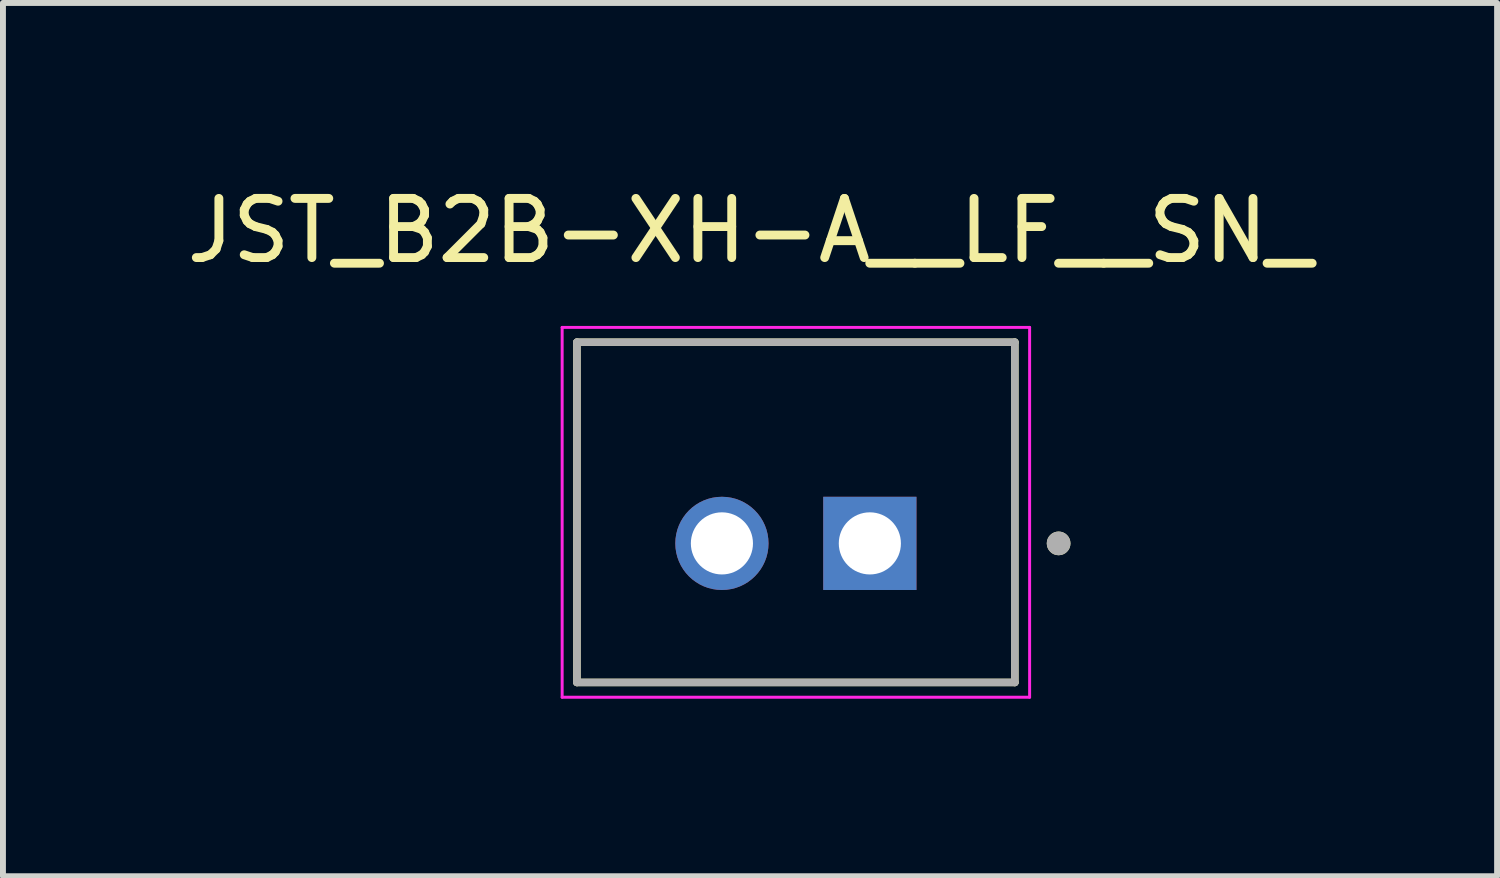
<source format=kicad_pcb>
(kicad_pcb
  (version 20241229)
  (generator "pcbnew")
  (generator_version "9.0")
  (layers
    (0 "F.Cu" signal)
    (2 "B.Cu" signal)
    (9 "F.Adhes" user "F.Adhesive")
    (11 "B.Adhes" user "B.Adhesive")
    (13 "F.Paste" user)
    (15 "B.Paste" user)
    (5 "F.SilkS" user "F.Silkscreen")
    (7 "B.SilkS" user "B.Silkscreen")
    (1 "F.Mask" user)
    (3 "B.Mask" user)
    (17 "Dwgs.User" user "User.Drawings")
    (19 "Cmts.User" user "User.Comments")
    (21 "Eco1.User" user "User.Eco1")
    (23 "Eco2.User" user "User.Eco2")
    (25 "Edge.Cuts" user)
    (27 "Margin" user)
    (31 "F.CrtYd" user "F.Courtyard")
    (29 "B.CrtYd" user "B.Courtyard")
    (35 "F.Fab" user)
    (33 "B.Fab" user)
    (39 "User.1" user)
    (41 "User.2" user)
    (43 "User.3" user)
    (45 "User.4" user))
  (footprint "JST_B2B-XH-A__LF__SN_"
    (layer "F.Cu")
    (at 10.4 5.608)
    (property "Reference" "JST_B2B-XH-A__LF__SN_" (at -0.775 -4.76 0) (layer "F.SilkS") (effects (font (size 1 1) (thickness 0.15))))
    (attr through_hole)
    (fp_line (start -3.7 -2.875) (end 3.7 -2.875) (stroke (width 0.127) (type solid)) (layer "F.SilkS"))
    (fp_line (start -3.7 2.875) (end -3.7 -2.875) (stroke (width 0.127) (type solid)) (layer "F.SilkS"))
    (fp_line (start 3.7 -2.875) (end 3.7 2.875) (stroke (width 0.127) (type solid)) (layer "F.SilkS"))
    (fp_line (start 3.7 2.875) (end -3.7 2.875) (stroke (width 0.127) (type solid)) (layer "F.SilkS"))
    (fp_circle (center 4.44 0.525) (end 4.54 0.525) (stroke (width 0.2) (type solid)) (fill no) (layer "F.SilkS"))
    (fp_line (start -3.95 -3.125) (end -3.95 3.125) (stroke (width 0.05) (type solid)) (layer "F.CrtYd"))
    (fp_line (start -3.95 3.125) (end 3.95 3.125) (stroke (width 0.05) (type solid)) (layer "F.CrtYd"))
    (fp_line (start 3.95 -3.125) (end -3.95 -3.125) (stroke (width 0.05) (type solid)) (layer "F.CrtYd"))
    (fp_line (start 3.95 3.125) (end 3.95 -3.125) (stroke (width 0.05) (type solid)) (layer "F.CrtYd"))
    (fp_line (start -3.7 -2.875) (end 3.7 -2.875) (stroke (width 0.127) (type solid)) (layer "F.Fab"))
    (fp_line (start -3.7 2.875) (end -3.7 -2.875) (stroke (width 0.127) (type solid)) (layer "F.Fab"))
    (fp_line (start 3.7 -2.875) (end 3.7 2.875) (stroke (width 0.127) (type solid)) (layer "F.Fab"))
    (fp_line (start 3.7 2.875) (end -3.7 2.875) (stroke (width 0.127) (type solid)) (layer "F.Fab"))
    (fp_circle (center 4.44 0.525) (end 4.54 0.525) (stroke (width 0.2) (type solid)) (fill no) (layer "F.Fab"))
    (pad "1" thru_hole rect (at 1.25 0.525) (size 1.575 1.575) (drill 1.05) (layers "*.Cu" "*.Mask"))
    (pad "2" thru_hole circle (at -1.25 0.525) (size 1.575 1.575) (drill 1.05) (layers "*.Cu" "*.Mask")))
  (gr_rect
    (start -3 -3)
    (end 22.25 11.758)
    (stroke (width 0.1) (type default))
    (fill no)
    (layer "Edge.Cuts")))
</source>
